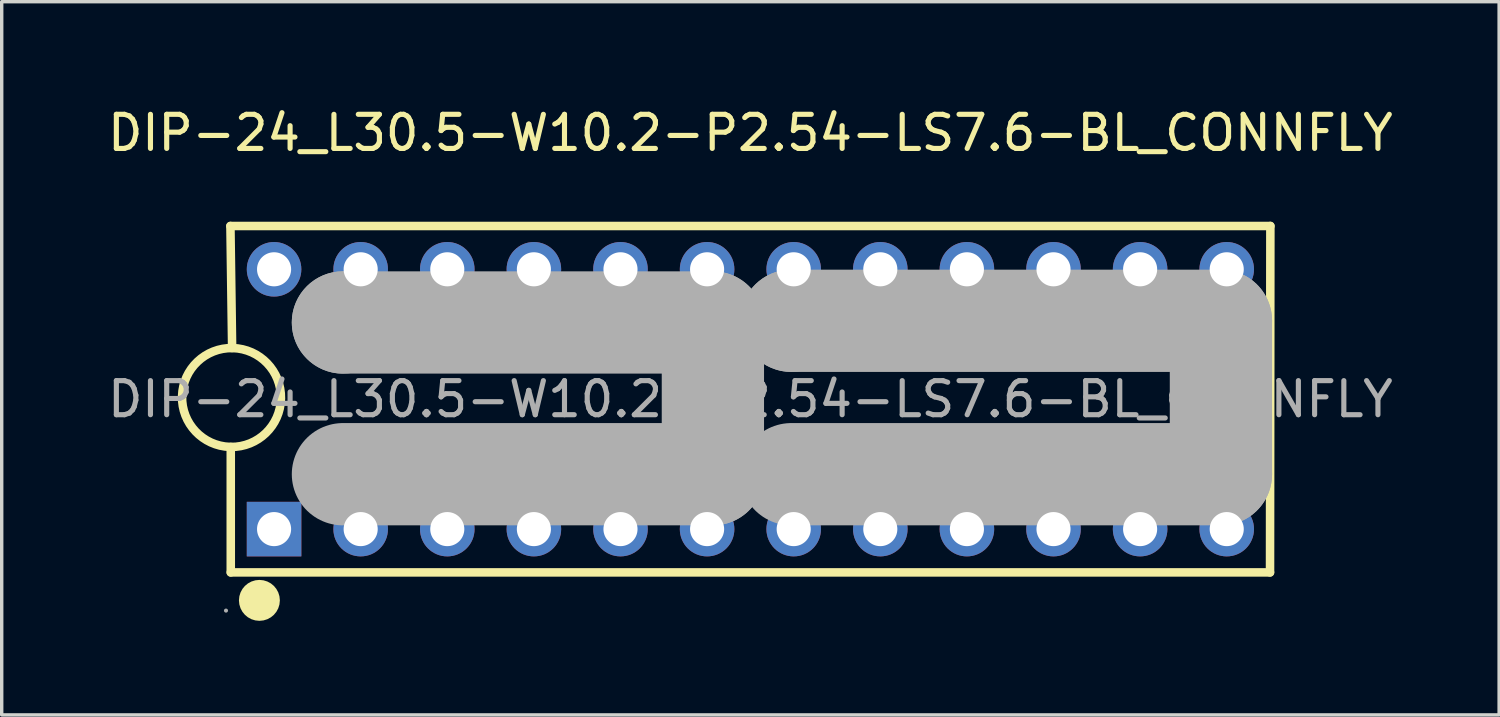
<source format=kicad_pcb>
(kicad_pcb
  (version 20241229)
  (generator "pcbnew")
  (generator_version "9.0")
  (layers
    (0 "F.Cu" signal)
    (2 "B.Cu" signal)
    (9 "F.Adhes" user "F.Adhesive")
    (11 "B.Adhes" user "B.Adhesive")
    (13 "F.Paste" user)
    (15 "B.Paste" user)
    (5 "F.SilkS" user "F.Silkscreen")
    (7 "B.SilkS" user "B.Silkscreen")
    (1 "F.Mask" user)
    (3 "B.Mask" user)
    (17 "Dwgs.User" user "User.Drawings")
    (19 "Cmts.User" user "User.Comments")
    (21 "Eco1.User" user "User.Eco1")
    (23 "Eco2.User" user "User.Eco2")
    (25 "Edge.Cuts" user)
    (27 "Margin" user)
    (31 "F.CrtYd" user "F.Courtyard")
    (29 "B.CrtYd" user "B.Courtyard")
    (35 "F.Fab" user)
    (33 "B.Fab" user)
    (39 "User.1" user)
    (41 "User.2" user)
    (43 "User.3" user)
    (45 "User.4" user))
  (footprint "DIP-24_L30.5-W10.2-P2.54-LS7.6-BL_CONNFLY"
    (layer "F.Cu")
    (at 18.958 8.658)
    (property "Reference" "DIP-24_L30.5-W10.2-P2.54-LS7.6-BL_CONNFLY" (at 0 -7.81 0) (layer "F.SilkS") (effects (font (size 1 1) (thickness 0.15))))
    (attr through_hole)
    (fp_line (start -15.25 -5.08) (end -15.2 -1.5) (stroke (width 0.25) (type solid)) (layer "F.SilkS"))
    (fp_line (start -15.25 -5.08) (end 15.25 -5.08) (stroke (width 0.25) (type solid)) (layer "F.SilkS"))
    (fp_line (start -15.24 5.08) (end -15.24 1.4) (stroke (width 0.25) (type solid)) (layer "F.SilkS"))
    (fp_line (start 15.24 5.08) (end -15.24 5.08) (stroke (width 0.25) (type solid)) (layer "F.SilkS"))
    (fp_line (start 15.25 -5.08) (end 15.24 5.08) (stroke (width 0.25) (type solid)) (layer "F.SilkS"))
    (fp_arc (start -15.265303 1.39943) (mid -15.187347 -1.49977) (end -15.24 1.4) (stroke (width 0.25) (type solid)) (layer "F.SilkS"))
    (fp_arc (start -14.4 5.9) (mid -14.4 5.9) (end -14.4 5.9) (stroke (width 0.6) (type solid)) (layer "F.SilkS"))
    (fp_line (start -11.95 -2.25) (end -11.95 -2.25) (stroke (width 3) (type solid)) (layer "F.Fab"))
    (fp_line (start -11.95 -2.25) (end -1.1 -2.25) (stroke (width 3) (type solid)) (layer "F.Fab"))
    (fp_line (start -1.1 -2.25) (end -1.1 2.2) (stroke (width 3) (type solid)) (layer "F.Fab"))
    (fp_line (start -1.1 2.2) (end -11.95 2.2) (stroke (width 3) (type solid)) (layer "F.Fab"))
    (fp_line (start 1.2 -2.3) (end 1.2 -2.3) (stroke (width 3) (type solid)) (layer "F.Fab"))
    (fp_line (start 1.2 -2.3) (end 13.8 -2.3) (stroke (width 3) (type solid)) (layer "F.Fab"))
    (fp_line (start 13.8 -2.3) (end 13.8 2.2) (stroke (width 3) (type solid)) (layer "F.Fab"))
    (fp_line (start 13.8 2.2) (end 1.2 2.2) (stroke (width 3) (type solid)) (layer "F.Fab"))
    (fp_circle (center -15.38 6.2) (end -15.35 6.2) (stroke (width 0.06) (type solid)) (fill no) (layer "F.Fab"))
    (fp_circle (center -13.97 -3.81) (end -13.77 -3.81) (stroke (width 0.4) (type solid)) (fill no) (layer "F.Fab"))
    (fp_circle (center -13.97 3.81) (end -13.77 3.81) (stroke (width 0.4) (type solid)) (fill no) (layer "F.Fab"))
    (fp_circle (center -11.43 -3.81) (end -11.23 -3.81) (stroke (width 0.4) (type solid)) (fill no) (layer "F.Fab"))
    (fp_circle (center -11.43 3.81) (end -11.23 3.81) (stroke (width 0.4) (type solid)) (fill no) (layer "F.Fab"))
    (fp_circle (center -8.89 -3.81) (end -8.69 -3.81) (stroke (width 0.4) (type solid)) (fill no) (layer "F.Fab"))
    (fp_circle (center -8.89 3.81) (end -8.69 3.81) (stroke (width 0.4) (type solid)) (fill no) (layer "F.Fab"))
    (fp_circle (center -6.35 -3.81) (end -6.15 -3.81) (stroke (width 0.4) (type solid)) (fill no) (layer "F.Fab"))
    (fp_circle (center -6.35 3.81) (end -6.15 3.81) (stroke (width 0.4) (type solid)) (fill no) (layer "F.Fab"))
    (fp_circle (center -3.81 -3.81) (end -3.61 -3.81) (stroke (width 0.4) (type solid)) (fill no) (layer "F.Fab"))
    (fp_circle (center -3.81 3.81) (end -3.61 3.81) (stroke (width 0.4) (type solid)) (fill no) (layer "F.Fab"))
    (fp_circle (center -1.27 -3.81) (end -1.07 -3.81) (stroke (width 0.4) (type solid)) (fill no) (layer "F.Fab"))
    (fp_circle (center -1.27 3.81) (end -1.07 3.81) (stroke (width 0.4) (type solid)) (fill no) (layer "F.Fab"))
    (fp_circle (center 1.27 -3.81) (end 1.47 -3.81) (stroke (width 0.4) (type solid)) (fill no) (layer "F.Fab"))
    (fp_circle (center 1.27 3.81) (end 1.47 3.81) (stroke (width 0.4) (type solid)) (fill no) (layer "F.Fab"))
    (fp_circle (center 3.81 -3.81) (end 4.01 -3.81) (stroke (width 0.4) (type solid)) (fill no) (layer "F.Fab"))
    (fp_circle (center 3.81 3.81) (end 4.01 3.81) (stroke (width 0.4) (type solid)) (fill no) (layer "F.Fab"))
    (fp_circle (center 6.35 -3.81) (end 6.55 -3.81) (stroke (width 0.4) (type solid)) (fill no) (layer "F.Fab"))
    (fp_circle (center 6.35 3.81) (end 6.55 3.81) (stroke (width 0.4) (type solid)) (fill no) (layer "F.Fab"))
    (fp_circle (center 8.89 -3.81) (end 9.09 -3.81) (stroke (width 0.4) (type solid)) (fill no) (layer "F.Fab"))
    (fp_circle (center 8.89 3.81) (end 9.09 3.81) (stroke (width 0.4) (type solid)) (fill no) (layer "F.Fab"))
    (fp_circle (center 11.43 -3.81) (end 11.63 -3.81) (stroke (width 0.4) (type solid)) (fill no) (layer "F.Fab"))
    (fp_circle (center 11.43 3.81) (end 11.63 3.81) (stroke (width 0.4) (type solid)) (fill no) (layer "F.Fab"))
    (fp_circle (center 13.97 -3.81) (end 14.17 -3.81) (stroke (width 0.4) (type solid)) (fill no) (layer "F.Fab"))
    (fp_circle (center 13.97 3.81) (end 14.17 3.81) (stroke (width 0.4) (type solid)) (fill no) (layer "F.Fab"))
    (fp_text user "${REFERENCE}" (at 0 0 0) (layer "F.Fab") (effects (font (size 1 1) (thickness 0.15))))
    (pad "1" thru_hole rect (at -13.97 3.81 90) (size 1.6 1.6) (drill 1) (layers "*.Cu" "*.Paste" "*.Mask"))
    (pad "2" thru_hole circle (at -11.43 3.81 90) (size 1.6 1.6) (drill 1) (layers "*.Cu" "*.Paste" "*.Mask"))
    (pad "3" thru_hole circle (at -8.89 3.81 90) (size 1.6 1.6) (drill 1) (layers "*.Cu" "*.Paste" "*.Mask"))
    (pad "4" thru_hole circle (at -6.35 3.81 90) (size 1.6 1.6) (drill 1) (layers "*.Cu" "*.Paste" "*.Mask"))
    (pad "5" thru_hole circle (at -3.81 3.81 90) (size 1.6 1.6) (drill 1) (layers "*.Cu" "*.Paste" "*.Mask"))
    (pad "6" thru_hole circle (at -1.27 3.81 90) (size 1.6 1.6) (drill 1) (layers "*.Cu" "*.Paste" "*.Mask"))
    (pad "7" thru_hole circle (at 1.27 3.81 90) (size 1.6 1.6) (drill 1) (layers "*.Cu" "*.Paste" "*.Mask"))
    (pad "8" thru_hole circle (at 3.81 3.81 90) (size 1.6 1.6) (drill 1) (layers "*.Cu" "*.Paste" "*.Mask"))
    (pad "9" thru_hole circle (at 6.35 3.81 90) (size 1.6 1.6) (drill 1) (layers "*.Cu" "*.Paste" "*.Mask"))
    (pad "10" thru_hole circle (at 8.89 3.81 90) (size 1.6 1.6) (drill 1) (layers "*.Cu" "*.Paste" "*.Mask"))
    (pad "11" thru_hole circle (at 11.43 3.81 90) (size 1.6 1.6) (drill 1) (layers "*.Cu" "*.Paste" "*.Mask"))
    (pad "12" thru_hole circle (at 13.97 3.81 90) (size 1.6 1.6) (drill 1) (layers "*.Cu" "*.Paste" "*.Mask"))
    (pad "13" thru_hole circle (at 13.97 -3.81 90) (size 1.6 1.6) (drill 1) (layers "*.Cu" "*.Paste" "*.Mask"))
    (pad "14" thru_hole circle (at 11.43 -3.81 90) (size 1.6 1.6) (drill 1) (layers "*.Cu" "*.Paste" "*.Mask"))
    (pad "15" thru_hole circle (at 8.89 -3.81 90) (size 1.6 1.6) (drill 1) (layers "*.Cu" "*.Paste" "*.Mask"))
    (pad "16" thru_hole circle (at 6.35 -3.81 90) (size 1.6 1.6) (drill 1) (layers "*.Cu" "*.Paste" "*.Mask"))
    (pad "17" thru_hole circle (at 3.81 -3.81 90) (size 1.6 1.6) (drill 1) (layers "*.Cu" "*.Paste" "*.Mask"))
    (pad "18" thru_hole circle (at 1.27 -3.81 90) (size 1.6 1.6) (drill 1) (layers "*.Cu" "*.Paste" "*.Mask"))
    (pad "19" thru_hole circle (at -1.27 -3.81 90) (size 1.6 1.6) (drill 1) (layers "*.Cu" "*.Paste" "*.Mask"))
    (pad "20" thru_hole circle (at -3.81 -3.81 90) (size 1.6 1.6) (drill 1) (layers "*.Cu" "*.Paste" "*.Mask"))
    (pad "21" thru_hole circle (at -6.35 -3.81 90) (size 1.6 1.6) (drill 1) (layers "*.Cu" "*.Paste" "*.Mask"))
    (pad "22" thru_hole circle (at -8.89 -3.81 90) (size 1.6 1.6) (drill 1) (layers "*.Cu" "*.Paste" "*.Mask"))
    (pad "23" thru_hole circle (at -11.43 -3.81 90) (size 1.6 1.6) (drill 1) (layers "*.Cu" "*.Paste" "*.Mask"))
    (pad "24" thru_hole circle (at -13.97 -3.81 90) (size 1.6 1.6) (drill 1) (layers "*.Cu" "*.Paste" "*.Mask")))
  (gr_rect
    (start -3 -3)
    (end 40.917 17.918)
    (stroke (width 0.1) (type default))
    (fill no)
    (layer "Edge.Cuts")))
</source>
